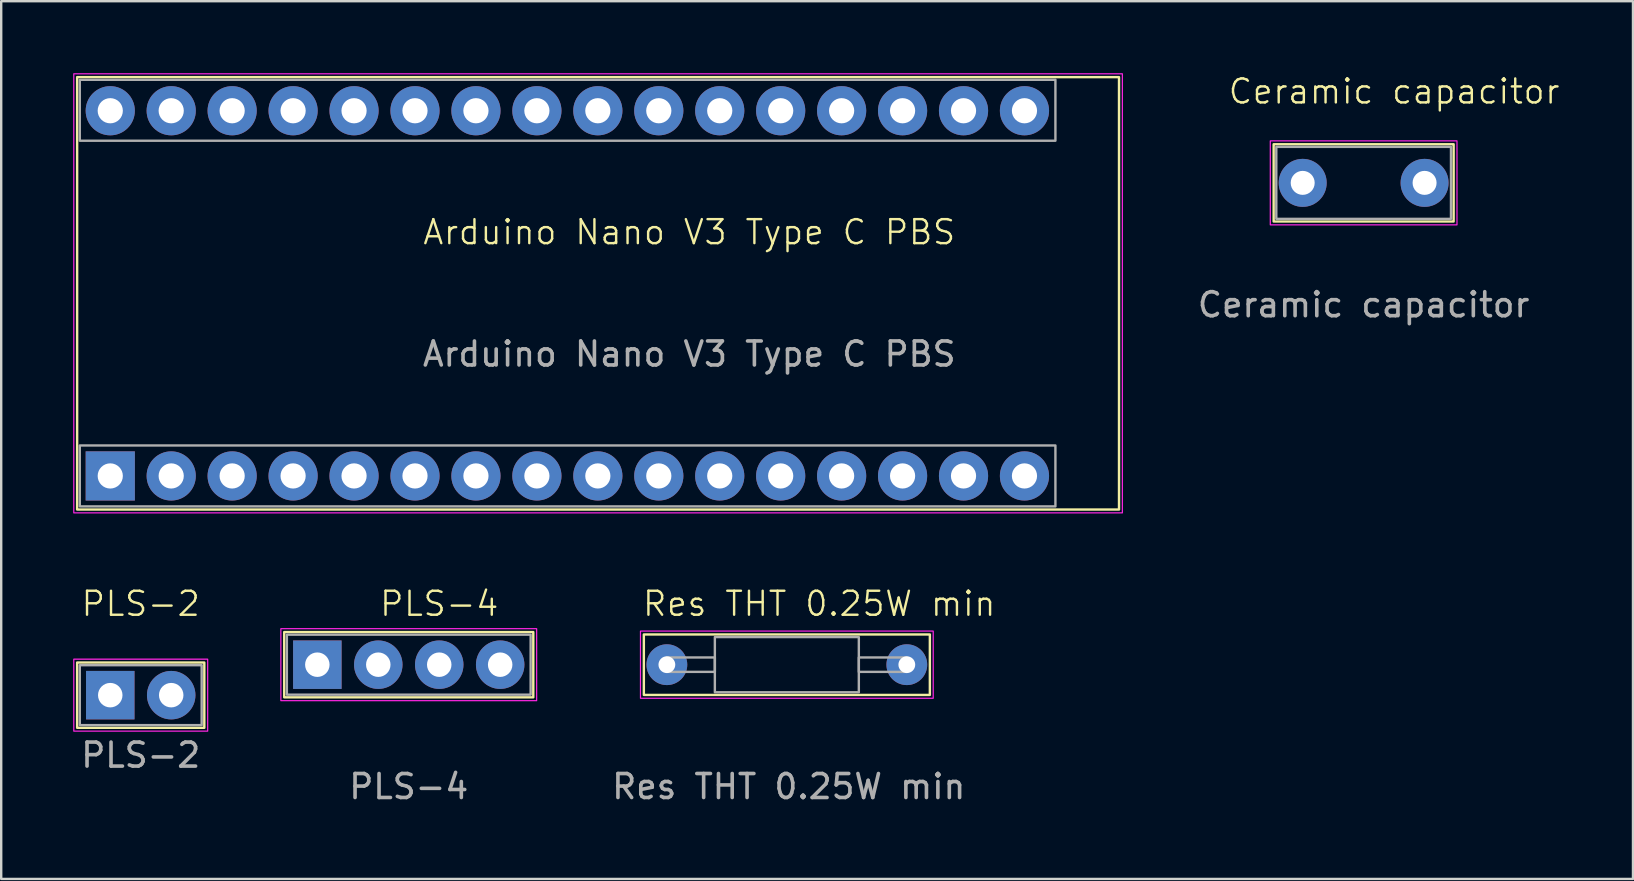
<source format=kicad_pcb>
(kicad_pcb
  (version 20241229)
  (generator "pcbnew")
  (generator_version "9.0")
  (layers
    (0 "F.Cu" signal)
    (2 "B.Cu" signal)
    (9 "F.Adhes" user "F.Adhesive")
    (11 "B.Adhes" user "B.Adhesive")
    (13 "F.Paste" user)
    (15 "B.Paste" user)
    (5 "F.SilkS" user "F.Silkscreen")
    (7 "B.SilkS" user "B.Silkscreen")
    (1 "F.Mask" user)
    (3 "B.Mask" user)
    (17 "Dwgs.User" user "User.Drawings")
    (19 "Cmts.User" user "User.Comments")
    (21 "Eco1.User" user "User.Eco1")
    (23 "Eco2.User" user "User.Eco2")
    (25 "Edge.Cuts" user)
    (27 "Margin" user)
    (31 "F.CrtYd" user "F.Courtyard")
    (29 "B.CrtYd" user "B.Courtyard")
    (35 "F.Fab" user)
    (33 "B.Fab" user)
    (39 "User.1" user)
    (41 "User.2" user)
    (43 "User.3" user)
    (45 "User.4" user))
  (footprint "Res THT 0.25W min"
    (layer "F.Cu")
    (at 24.742 24.651)
    (property "Reference" "Res THT 0.25W min" (at 6.35 -2.54 0) (unlocked yes) (layer "F.SilkS") (effects (font (size 1 1) (thickness 0.1))))
    (attr through_hole)
    (fp_rect (start -0.96 -1.26) (end 10.96 1.26) (stroke (width 0.1) (type solid)) (fill no) (layer "F.SilkS"))
    (fp_rect (start -1.1 -1.4) (end 11.1 1.4) (stroke (width 0.05) (type solid)) (fill no) (layer "F.CrtYd"))
    (fp_rect (start 0 -0.3) (end 2 0.3) (stroke (width 0.1) (type solid)) (fill no) (layer "F.Fab"))
    (fp_rect (start 2 -1.15) (end 8 1.15) (stroke (width 0.1) (type solid)) (fill no) (layer "F.Fab"))
    (fp_rect (start 8 -0.3) (end 10 0.3) (stroke (width 0.1) (type solid)) (fill no) (layer "F.Fab"))
    (fp_text user "${REFERENCE}" (at 5.08 5.08 0) (unlocked yes) (layer "F.Fab") (effects (font (size 1 1) (thickness 0.15))))
    (pad "1" thru_hole circle (at 0 0) (size 1.7 1.7) (drill 0.7) (layers "*.Cu" "*.Mask"))
    (pad "2" thru_hole circle (at 10 0) (size 1.7 1.7) (drill 0.7) (layers "*.Cu" "*.Mask")))
  (footprint "Arduino Nano V3 Type C PBS"
    (layer "F.Cu")
    (at 1.545 16.785)
    (property "Reference" "Arduino Nano V3 Type C PBS" (at 24.13 -10.16 0) (unlocked yes) (layer "F.SilkS") (effects (font (size 1 1) (thickness 0.1))))
    (attr through_hole)
    (fp_rect (start -1.38 1.4) (end 42.04 -16.62) (stroke (width 0.1) (type solid)) (fill no) (layer "F.SilkS"))
    (fp_rect (start -1.52 1.54) (end 42.18 -16.76) (stroke (width 0.05) (type solid)) (fill no) (layer "F.CrtYd"))
    (fp_rect (start -1.27 -16.51) (end 39.39 -13.97) (stroke (width 0.1) (type solid)) (fill no) (layer "F.Fab"))
    (fp_rect (start -1.27 -1.27) (end 39.39 1.27) (stroke (width 0.1) (type solid)) (fill no) (layer "F.Fab"))
    (fp_text user "${REFERENCE}" (at 24.13 -5.08 0) (unlocked yes) (layer "F.Fab") (effects (font (size 1 1) (thickness 0.15))))
    (pad "A0" thru_hole circle (at 30.48 -15.22) (size 2.05 2.05) (drill 1.05) (layers "*.Cu" "*.Mask"))
    (pad "A1" thru_hole circle (at 27.94 -15.22) (size 2.05 2.05) (drill 1.05) (layers "*.Cu" "*.Mask"))
    (pad "A2" thru_hole circle (at 25.4 -15.22) (size 2.05 2.05) (drill 1.05) (layers "*.Cu" "*.Mask"))
    (pad "A3" thru_hole circle (at 22.86 -15.22) (size 2.05 2.05) (drill 1.05) (layers "*.Cu" "*.Mask"))
    (pad "A4" thru_hole circle (at 20.32 -15.22) (size 2.05 2.05) (drill 1.05) (layers "*.Cu" "*.Mask"))
    (pad "A5" thru_hole circle (at 17.78 -15.22) (size 2.05 2.05) (drill 1.05) (layers "*.Cu" "*.Mask"))
    (pad "A6" thru_hole circle (at 15.24 -15.22) (size 2.05 2.05) (drill 1.05) (layers "*.Cu" "*.Mask"))
    (pad "A7" thru_hole circle (at 12.7 -15.22) (size 2.05 2.05) (drill 1.05) (layers "*.Cu" "*.Mask"))
    (pad "AREF" thru_hole circle (at 33.02 -15.22) (size 2.05 2.05) (drill 1.05) (layers "*.Cu" "*.Mask"))
    (pad "D0" thru_hole circle (at 5.08 0) (size 2.05 2.05) (drill 1.05) (layers "*.Cu" "*.Mask"))
    (pad "D1" thru_hole circle (at 2.54 0) (size 2.05 2.05) (drill 1.05) (layers "*.Cu" "*.Mask"))
    (pad "D2" thru_hole circle (at 12.7 0) (size 2.05 2.05) (drill 1.05) (layers "*.Cu" "*.Mask"))
    (pad "D3" thru_hole circle (at 15.24 0) (size 2.05 2.05) (drill 1.05) (layers "*.Cu" "*.Mask"))
    (pad "D4" thru_hole circle (at 17.78 0) (size 2.05 2.05) (drill 1.05) (layers "*.Cu" "*.Mask"))
    (pad "D5" thru_hole circle (at 20.32 0) (size 2.05 2.05) (drill 1.05) (layers "*.Cu" "*.Mask"))
    (pad "D6" thru_hole circle (at 22.86 0) (size 2.05 2.05) (drill 1.05) (layers "*.Cu" "*.Mask"))
    (pad "D7" thru_hole circle (at 25.4 0) (size 2.05 2.05) (drill 1.05) (layers "*.Cu" "*.Mask"))
    (pad "D8" thru_hole circle (at 27.94 0) (size 2.05 2.05) (drill 1.05) (layers "*.Cu" "*.Mask"))
    (pad "D9" thru_hole circle (at 30.48 0) (size 2.05 2.05) (drill 1.05) (layers "*.Cu" "*.Mask"))
    (pad "D10" thru_hole circle (at 33.02 0) (size 2.05 2.05) (drill 1.05) (layers "*.Cu" "*.Mask"))
    (pad "D11" thru_hole circle (at 35.56 0) (size 2.05 2.05) (drill 1.05) (layers "*.Cu" "*.Mask"))
    (pad "D12" thru_hole circle (at 38.1 0) (size 2.05 2.05) (drill 1.05) (layers "*.Cu" "*.Mask"))
    (pad "D13" thru_hole circle (at 38.1 -15.22) (size 2.05 2.05) (drill 1.05) (layers "*.Cu" "*.Mask"))
    (pad "GND" thru_hole circle (at 5.08 -15.22) (size 2.05 2.05) (drill 1.05) (layers "*.Cu" "*.Mask"))
    (pad "GND" thru_hole circle (at 10.16 0) (size 2.05 2.05) (drill 1.05) (layers "*.Cu" "*.Mask"))
    (pad "PE0" thru_hole circle (at 0 -15.22) (size 2.05 2.05) (drill 1.05) (layers "*.Cu" "*.Mask"))
    (pad "PE1" thru_hole rect (at 0 0) (size 2.05 2.05) (drill 1.05) (layers "*.Cu" "*.Mask"))
    (pad "RST" thru_hole circle (at 7.62 -15.22) (size 2.05 2.05) (drill 1.05) (layers "*.Cu" "*.Mask"))
    (pad "RST" thru_hole circle (at 7.62 0) (size 2.05 2.05) (drill 1.05) (layers "*.Cu" "*.Mask"))
    (pad "Vin" thru_hole circle (at 2.54 -15.22) (size 2.05 2.05) (drill 1.05) (layers "*.Cu" "*.Mask"))
    (pad "Vout3" thru_hole circle (at 35.56 -15.22) (size 2.05 2.05) (drill 1.05) (layers "*.Cu" "*.Mask"))
    (pad "Vout5" thru_hole circle (at 10.16 -15.22) (size 2.05 2.05) (drill 1.05) (layers "*.Cu" "*.Mask")))
  (footprint "Ceramic capacitor"
    (layer "F.Cu")
    (at 51.24 4.571)
    (property "Reference" "Ceramic capacitor" (at 3.81 -3.81 0) (unlocked yes) (layer "F.SilkS") (effects (font (size 1 1) (thickness 0.1))))
    (attr through_hole)
    (fp_rect (start -1.21 -1.61) (end 6.29 1.61) (stroke (width 0.1) (type solid)) (fill no) (layer "F.SilkS"))
    (fp_rect (start -1.35 -1.75) (end 6.43 1.75) (stroke (width 0.05) (type solid)) (fill no) (layer "F.CrtYd"))
    (fp_rect (start -1.1 -1.5) (end 6.18 1.5) (stroke (width 0.1) (type solid)) (fill no) (layer "F.Fab"))
    (fp_text user "${REFERENCE}" (at 2.54 5.08 0) (unlocked yes) (layer "F.Fab") (effects (font (size 1 1) (thickness 0.15))))
    (pad "1" thru_hole circle (at 0 0) (size 2 2) (drill 1) (layers "*.Cu" "*.Mask"))
    (pad "2" thru_hole circle (at 5.08 0) (size 2 2) (drill 1) (layers "*.Cu" "*.Mask")))
  (footprint "PLS-2"
    (layer "F.Cu")
    (at 1.545 25.921)
    (property "Reference" "PLS-2" (at 1.27 -3.81 0) (unlocked yes) (layer "F.SilkS") (effects (font (size 1 1) (thickness 0.1))))
    (attr through_hole)
    (fp_rect (start -1.38 -1.36) (end 3.92 1.36) (stroke (width 0.1) (type solid)) (fill no) (layer "F.SilkS"))
    (fp_rect (start -1.52 -1.5) (end 4.06 1.5) (stroke (width 0.05) (type solid)) (fill no) (layer "F.CrtYd"))
    (fp_rect (start -1.27 -1.25) (end 3.81 1.25) (stroke (width 0.1) (type solid)) (fill no) (layer "F.Fab"))
    (fp_text user "${REFERENCE}" (at 1.27 2.5 0) (unlocked yes) (layer "F.Fab") (effects (font (size 1 1) (thickness 0.15))))
    (pad "1" thru_hole rect (at 0 0) (size 2.02 2.02) (drill 1.02) (layers "*.Cu" "*.Mask"))
    (pad "2" thru_hole circle (at 2.54 0) (size 2.02 2.02) (drill 1.02) (layers "*.Cu" "*.Mask")))
  (footprint "PLS-4"
    (layer "F.Cu")
    (at 10.175 24.651)
    (property "Reference" "PLS-4" (at 5.08 -2.54 0) (unlocked yes) (layer "F.SilkS") (effects (font (size 1 1) (thickness 0.1))))
    (attr through_hole)
    (fp_rect (start -1.38 -1.36) (end 9 1.36) (stroke (width 0.1) (type solid)) (fill no) (layer "F.SilkS"))
    (fp_rect (start -1.52 -1.5) (end 9.14 1.5) (stroke (width 0.05) (type solid)) (fill no) (layer "F.CrtYd"))
    (fp_rect (start -1.27 -1.25) (end 8.89 1.25) (stroke (width 0.1) (type solid)) (fill no) (layer "F.Fab"))
    (fp_text user "${REFERENCE}" (at 3.81 5.08 0) (unlocked yes) (layer "F.Fab") (effects (font (size 1 1) (thickness 0.15))))
    (pad "1" thru_hole rect (at 0 0) (size 2.02 2.02) (drill 1.02) (layers "*.Cu" "*.Mask"))
    (pad "2" thru_hole circle (at 2.54 0) (size 2.02 2.02) (drill 1.02) (layers "*.Cu" "*.Mask"))
    (pad "3" thru_hole circle (at 5.08 0) (size 2.02 2.02) (drill 1.02) (layers "*.Cu" "*.Mask"))
    (pad "4" thru_hole circle (at 7.62 0) (size 2.02 2.02) (drill 1.02) (layers "*.Cu" "*.Mask")))
  (gr_rect
    (start -3 -3)
    (end 65.005 33.579)
    (stroke (width 0.1) (type default))
    (fill no)
    (layer "Edge.Cuts")))
</source>
